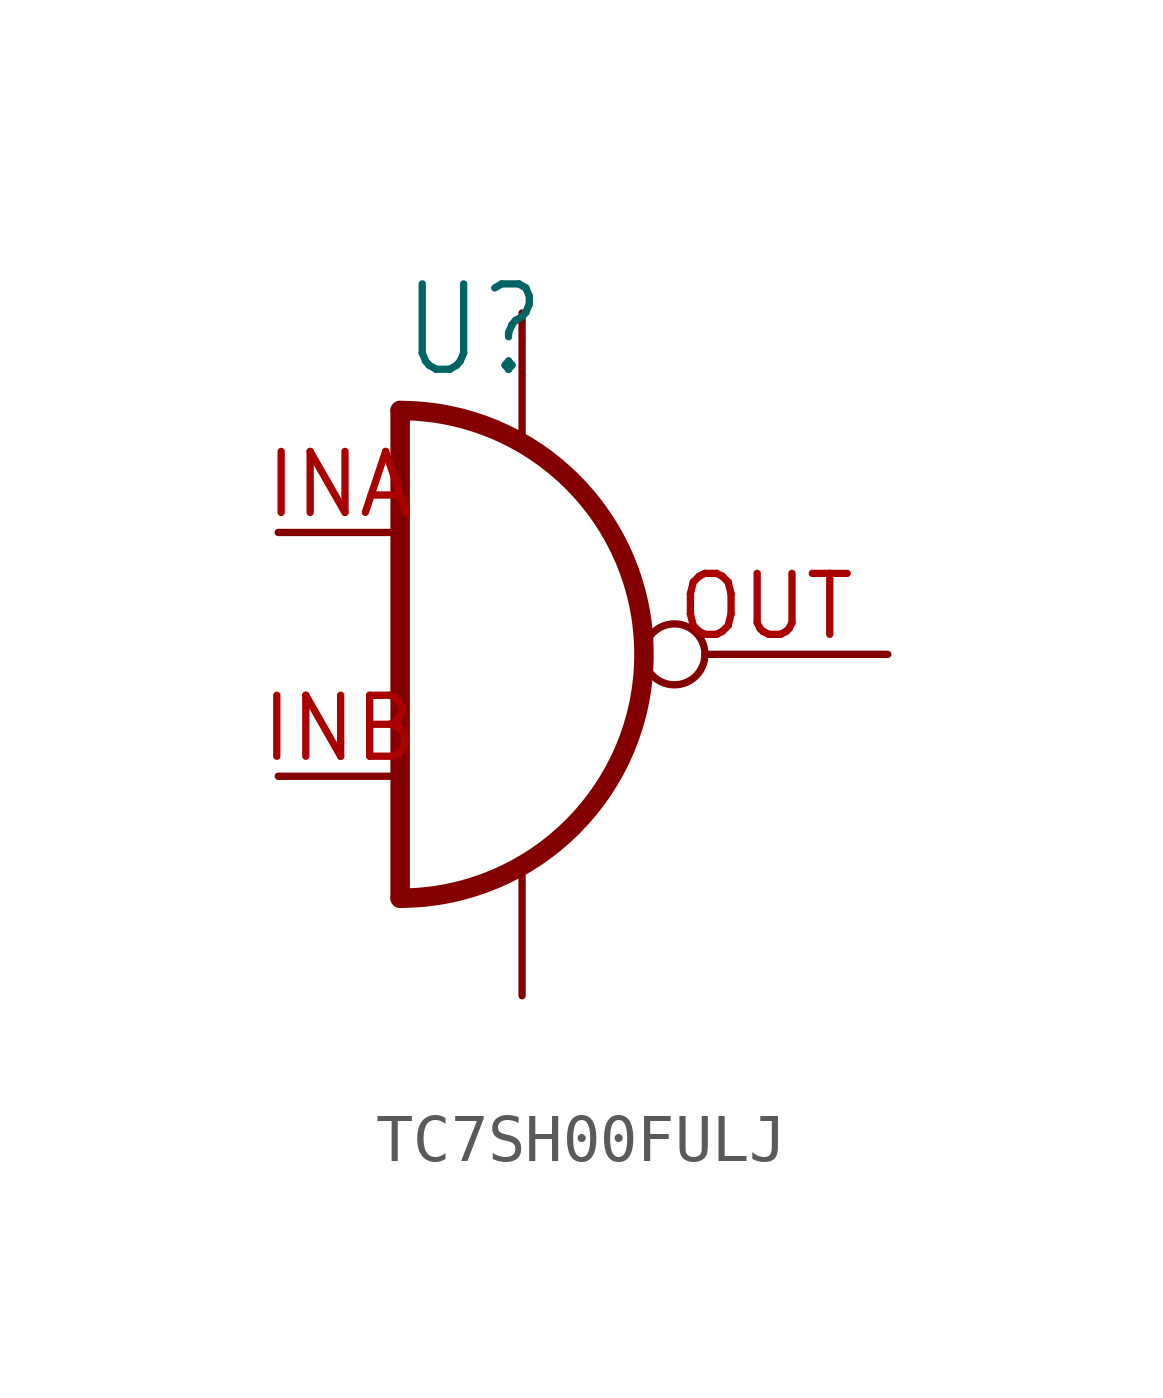
<source format=kicad_sym>
(kicad_symbol_lib
  (version 20220914)
  (generator kicad_symbol_editor)
  (symbol "TC7SH00FULJ"
    (property "Reference" "U"
      (at -2.54 5.715 0)
      (effects (font (size 1.778 1.511)) (justify left bottom)))
    (property "Value" ""
      (at -2.54 -7.62 0)
      (effects (font (size 1.778 1.511)) (justify left bottom)))
    (property "ki_locked" ""
      (at 0 0 0)
      (effects (font (size 1.27 1.27))))
    (symbol "TC7SH00FULJ_1_0"
      (arc (start -2.54 -5.08) (mid 2.54 0) (end -2.54 5.08) (stroke (width 0.4064) (type solid)) (fill (type none)))
      (polyline (pts (xy -2.54 5.08) (xy -2.54 -5.08)) (stroke (width 0.406) (type solid)) (fill (type none)))
      (pin bidirectional line (at 0 -7.112 90) (length 2.54) (name "GND" (effects (font (size 0 0)))) (number "GND" (effects (font (size 0 0)))))
      (pin input line (at -5.08 2.54 0) (length 2.54) (name "I0" (effects (font (size 0 0)))) (number "INA" (effects (font (size 1.27 1.27)))))
      (pin input line (at -5.08 -2.54 0) (length 2.54) (name "I1" (effects (font (size 0 0)))) (number "INB" (effects (font (size 1.27 1.27)))))
      (pin open_collector inverted (at 7.62 0 180) (length 5.08) (name "O" (effects (font (size 0 0)))) (number "OUT" (effects (font (size 1.27 1.27)))))
      (pin bidirectional line (at 0 7.112 270) (length 2.54) (name "VCC" (effects (font (size 0 0)))) (number "VCC" (effects (font (size 0 0))))))))
</source>
